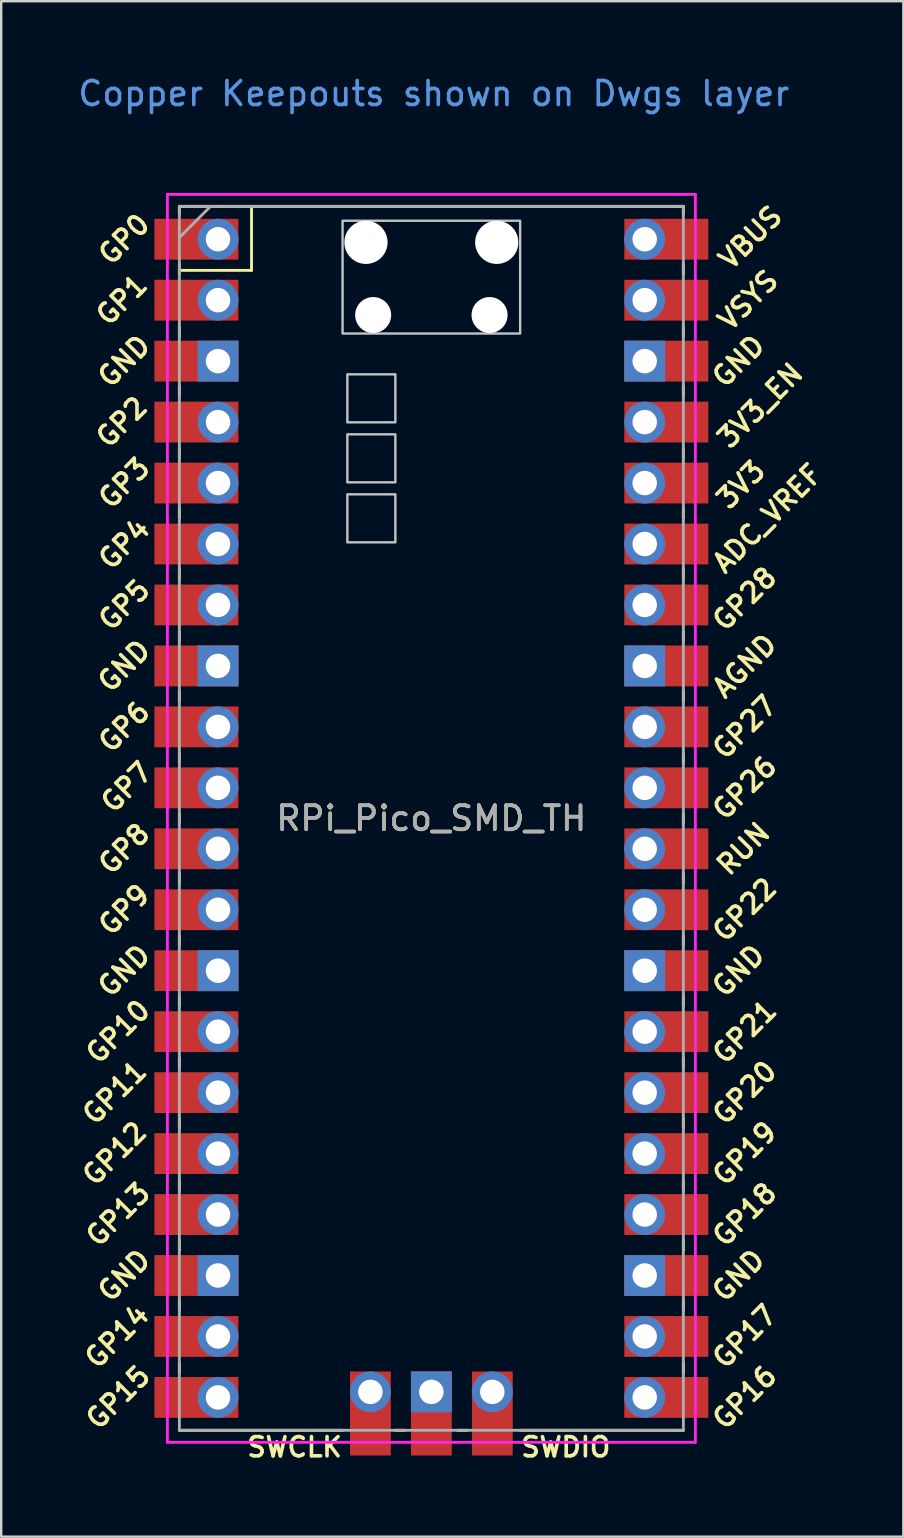
<source format=kicad_pcb>
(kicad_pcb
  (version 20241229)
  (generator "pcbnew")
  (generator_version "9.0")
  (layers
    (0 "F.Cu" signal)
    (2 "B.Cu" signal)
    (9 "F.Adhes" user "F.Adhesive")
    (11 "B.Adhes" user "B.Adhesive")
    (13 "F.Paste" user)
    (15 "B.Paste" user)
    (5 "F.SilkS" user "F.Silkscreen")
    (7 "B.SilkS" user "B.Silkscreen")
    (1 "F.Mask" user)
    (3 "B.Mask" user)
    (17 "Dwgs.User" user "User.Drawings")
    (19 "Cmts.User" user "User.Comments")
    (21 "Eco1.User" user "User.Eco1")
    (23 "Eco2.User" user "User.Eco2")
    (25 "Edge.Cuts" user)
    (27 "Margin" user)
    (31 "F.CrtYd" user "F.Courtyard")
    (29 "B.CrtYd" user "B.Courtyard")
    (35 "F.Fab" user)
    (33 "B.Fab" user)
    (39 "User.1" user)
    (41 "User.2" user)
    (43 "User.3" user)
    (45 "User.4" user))
  (footprint "RPi_Pico_SMD_TH"
    (layer "F.Cu")
    (at 14.924 31.048)
    (property "Reference" "RPi_Pico_SMD_TH" (at 0 0 0) (layer "F.SilkS") (effects (font (size 1 1) (thickness 0.15))))
    (attr through_hole)
    (fp_line (start -10.5 -25.5) (end -10.5 -25.2) (stroke (width 0.12) (type solid)) (layer "F.SilkS"))
    (fp_line (start -10.5 -25.5) (end 10.5 -25.5) (stroke (width 0.12) (type solid)) (layer "F.SilkS"))
    (fp_line (start -10.5 -23.1) (end -10.5 -22.7) (stroke (width 0.12) (type solid)) (layer "F.SilkS"))
    (fp_line (start -10.5 -22.833) (end -7.493 -22.833) (stroke (width 0.12) (type solid)) (layer "F.SilkS"))
    (fp_line (start -10.5 -20.5) (end -10.5 -20.1) (stroke (width 0.12) (type solid)) (layer "F.SilkS"))
    (fp_line (start -10.5 -18) (end -10.5 -17.6) (stroke (width 0.12) (type solid)) (layer "F.SilkS"))
    (fp_line (start -10.5 -15.4) (end -10.5 -15) (stroke (width 0.12) (type solid)) (layer "F.SilkS"))
    (fp_line (start -10.5 -12.9) (end -10.5 -12.5) (stroke (width 0.12) (type solid)) (layer "F.SilkS"))
    (fp_line (start -10.5 -10.4) (end -10.5 -10) (stroke (width 0.12) (type solid)) (layer "F.SilkS"))
    (fp_line (start -10.5 -7.8) (end -10.5 -7.4) (stroke (width 0.12) (type solid)) (layer "F.SilkS"))
    (fp_line (start -10.5 -5.3) (end -10.5 -4.9) (stroke (width 0.12) (type solid)) (layer "F.SilkS"))
    (fp_line (start -10.5 -2.7) (end -10.5 -2.3) (stroke (width 0.12) (type solid)) (layer "F.SilkS"))
    (fp_line (start -10.5 -0.2) (end -10.5 0.2) (stroke (width 0.12) (type solid)) (layer "F.SilkS"))
    (fp_line (start -10.5 2.3) (end -10.5 2.7) (stroke (width 0.12) (type solid)) (layer "F.SilkS"))
    (fp_line (start -10.5 4.9) (end -10.5 5.3) (stroke (width 0.12) (type solid)) (layer "F.SilkS"))
    (fp_line (start -10.5 7.4) (end -10.5 7.8) (stroke (width 0.12) (type solid)) (layer "F.SilkS"))
    (fp_line (start -10.5 10) (end -10.5 10.4) (stroke (width 0.12) (type solid)) (layer "F.SilkS"))
    (fp_line (start -10.5 12.5) (end -10.5 12.9) (stroke (width 0.12) (type solid)) (layer "F.SilkS"))
    (fp_line (start -10.5 15.1) (end -10.5 15.5) (stroke (width 0.12) (type solid)) (layer "F.SilkS"))
    (fp_line (start -10.5 17.6) (end -10.5 18) (stroke (width 0.12) (type solid)) (layer "F.SilkS"))
    (fp_line (start -10.5 20.1) (end -10.5 20.5) (stroke (width 0.12) (type solid)) (layer "F.SilkS"))
    (fp_line (start -10.5 22.7) (end -10.5 23.1) (stroke (width 0.12) (type solid)) (layer "F.SilkS"))
    (fp_line (start -7.493 -22.833) (end -7.493 -25.5) (stroke (width 0.12) (type solid)) (layer "F.SilkS"))
    (fp_line (start -3.7 25.5) (end -10.5 25.5) (stroke (width 0.12) (type solid)) (layer "F.SilkS"))
    (fp_line (start -1.5 25.5) (end -1.1 25.5) (stroke (width 0.12) (type solid)) (layer "F.SilkS"))
    (fp_line (start 1.1 25.5) (end 1.5 25.5) (stroke (width 0.12) (type solid)) (layer "F.SilkS"))
    (fp_line (start 10.5 -25.5) (end 10.5 -25.2) (stroke (width 0.12) (type solid)) (layer "F.SilkS"))
    (fp_line (start 10.5 -23.1) (end 10.5 -22.7) (stroke (width 0.12) (type solid)) (layer "F.SilkS"))
    (fp_line (start 10.5 -20.5) (end 10.5 -20.1) (stroke (width 0.12) (type solid)) (layer "F.SilkS"))
    (fp_line (start 10.5 -18) (end 10.5 -17.6) (stroke (width 0.12) (type solid)) (layer "F.SilkS"))
    (fp_line (start 10.5 -15.4) (end 10.5 -15) (stroke (width 0.12) (type solid)) (layer "F.SilkS"))
    (fp_line (start 10.5 -12.9) (end 10.5 -12.5) (stroke (width 0.12) (type solid)) (layer "F.SilkS"))
    (fp_line (start 10.5 -10.4) (end 10.5 -10) (stroke (width 0.12) (type solid)) (layer "F.SilkS"))
    (fp_line (start 10.5 -7.8) (end 10.5 -7.4) (stroke (width 0.12) (type solid)) (layer "F.SilkS"))
    (fp_line (start 10.5 -5.3) (end 10.5 -4.9) (stroke (width 0.12) (type solid)) (layer "F.SilkS"))
    (fp_line (start 10.5 -2.7) (end 10.5 -2.3) (stroke (width 0.12) (type solid)) (layer "F.SilkS"))
    (fp_line (start 10.5 -0.2) (end 10.5 0.2) (stroke (width 0.12) (type solid)) (layer "F.SilkS"))
    (fp_line (start 10.5 2.3) (end 10.5 2.7) (stroke (width 0.12) (type solid)) (layer "F.SilkS"))
    (fp_line (start 10.5 4.9) (end 10.5 5.3) (stroke (width 0.12) (type solid)) (layer "F.SilkS"))
    (fp_line (start 10.5 7.4) (end 10.5 7.8) (stroke (width 0.12) (type solid)) (layer "F.SilkS"))
    (fp_line (start 10.5 10) (end 10.5 10.4) (stroke (width 0.12) (type solid)) (layer "F.SilkS"))
    (fp_line (start 10.5 12.5) (end 10.5 12.9) (stroke (width 0.12) (type solid)) (layer "F.SilkS"))
    (fp_line (start 10.5 15.1) (end 10.5 15.5) (stroke (width 0.12) (type solid)) (layer "F.SilkS"))
    (fp_line (start 10.5 17.6) (end 10.5 18) (stroke (width 0.12) (type solid)) (layer "F.SilkS"))
    (fp_line (start 10.5 20.1) (end 10.5 20.5) (stroke (width 0.12) (type solid)) (layer "F.SilkS"))
    (fp_line (start 10.5 22.7) (end 10.5 23.1) (stroke (width 0.12) (type solid)) (layer "F.SilkS"))
    (fp_line (start 10.5 25.5) (end 3.7 25.5) (stroke (width 0.12) (type solid)) (layer "F.SilkS"))
    (fp_poly (pts (xy -1.5 -16.5) (xy -3.5 -16.5) (xy -3.5 -18.5) (xy -1.5 -18.5)) (stroke (width 0.1) (type solid)) (fill no) (layer "Dwgs.User"))
    (fp_poly (pts (xy -1.5 -14) (xy -3.5 -14) (xy -3.5 -16) (xy -1.5 -16)) (stroke (width 0.1) (type solid)) (fill no) (layer "Dwgs.User"))
    (fp_poly (pts (xy -1.5 -11.5) (xy -3.5 -11.5) (xy -3.5 -13.5) (xy -1.5 -13.5)) (stroke (width 0.1) (type solid)) (fill no) (layer "Dwgs.User"))
    (fp_poly (pts (xy 3.7 -20.2) (xy -3.7 -20.2) (xy -3.7 -24.9) (xy 3.7 -24.9)) (stroke (width 0.1) (type solid)) (fill no) (layer "Dwgs.User"))
    (fp_line (start -11 -26) (end 11 -26) (stroke (width 0.12) (type solid)) (layer "F.CrtYd"))
    (fp_line (start -11 26) (end -11 -26) (stroke (width 0.12) (type solid)) (layer "F.CrtYd"))
    (fp_line (start 11 -26) (end 11 26) (stroke (width 0.12) (type solid)) (layer "F.CrtYd"))
    (fp_line (start 11 26) (end -11 26) (stroke (width 0.12) (type solid)) (layer "F.CrtYd"))
    (fp_line (start -10.5 -25.5) (end 10.5 -25.5) (stroke (width 0.12) (type solid)) (layer "F.Fab"))
    (fp_line (start -10.5 -24.2) (end -9.2 -25.5) (stroke (width 0.12) (type solid)) (layer "F.Fab"))
    (fp_line (start -10.5 25.5) (end -10.5 -25.5) (stroke (width 0.12) (type solid)) (layer "F.Fab"))
    (fp_line (start 10.5 -25.5) (end 10.5 25.5) (stroke (width 0.12) (type solid)) (layer "F.Fab"))
    (fp_line (start 10.5 25.5) (end -10.5 25.5) (stroke (width 0.12) (type solid)) (layer "F.Fab"))
    (fp_text user "GP26" (at 13.054 -1.27 45) (layer "F.SilkS") (effects (font (size 0.8 0.8) (thickness 0.15))))
    (fp_text user "GP15" (at -13.054 24.13 45) (layer "F.SilkS") (effects (font (size 0.8 0.8) (thickness 0.15))))
    (fp_text user "GND" (at -12.8 6.35 45) (layer "F.SilkS") (effects (font (size 0.8 0.8) (thickness 0.15))))
    (fp_text user "GP0" (at -12.8 -24.13 45) (layer "F.SilkS") (effects (font (size 0.8 0.8) (thickness 0.15))))
    (fp_text user "GP14" (at -13.1 21.59 45) (layer "F.SilkS") (effects (font (size 0.8 0.8) (thickness 0.15))))
    (fp_text user "GP12" (at -13.2 13.97 45) (layer "F.SilkS") (effects (font (size 0.8 0.8) (thickness 0.15))))
    (fp_text user "GP10" (at -13.054 8.89 45) (layer "F.SilkS") (effects (font (size 0.8 0.8) (thickness 0.15))))
    (fp_text user "GP11" (at -13.2 11.43 45) (layer "F.SilkS") (effects (font (size 0.8 0.8) (thickness 0.15))))
    (fp_text user "AGND" (at 13.054 -6.35 45) (layer "F.SilkS") (effects (font (size 0.8 0.8) (thickness 0.15))))
    (fp_text user "3V3" (at 12.9 -13.9 45) (layer "F.SilkS") (effects (font (size 0.8 0.8) (thickness 0.15))))
    (fp_text user "GP8" (at -12.8 1.27 45) (layer "F.SilkS") (effects (font (size 0.8 0.8) (thickness 0.15))))
    (fp_text user "GP6" (at -12.8 -3.81 45) (layer "F.SilkS") (effects (font (size 0.8 0.8) (thickness 0.15))))
    (fp_text user "GP9" (at -12.8 3.81 45) (layer "F.SilkS") (effects (font (size 0.8 0.8) (thickness 0.15))))
    (fp_text user "GP4" (at -12.8 -11.43 45) (layer "F.SilkS") (effects (font (size 0.8 0.8) (thickness 0.15))))
    (fp_text user "ADC_VREF" (at 14 -12.5 45) (layer "F.SilkS") (effects (font (size 0.8 0.8) (thickness 0.15))))
    (fp_text user "GP16" (at 13.054 24.13 45) (layer "F.SilkS") (effects (font (size 0.8 0.8) (thickness 0.15))))
    (fp_text user "GND" (at 12.8 -19.05 45) (layer "F.SilkS") (effects (font (size 0.8 0.8) (thickness 0.15))))
    (fp_text user "SWCLK" (at -5.7 26.2 0) (layer "F.SilkS") (effects (font (size 0.8 0.8) (thickness 0.15))))
    (fp_text user "GND" (at -12.8 -19.05 45) (layer "F.SilkS") (effects (font (size 0.8 0.8) (thickness 0.15))))
    (fp_text user "GP3" (at -12.8 -13.97 45) (layer "F.SilkS") (effects (font (size 0.8 0.8) (thickness 0.15))))
    (fp_text user "GP28" (at 13.054 -9.144 45) (layer "F.SilkS") (effects (font (size 0.8 0.8) (thickness 0.15))))
    (fp_text user "3V3_EN" (at 13.7 -17.2 45) (layer "F.SilkS") (effects (font (size 0.8 0.8) (thickness 0.15))))
    (fp_text user "GND" (at 12.8 19.05 45) (layer "F.SilkS") (effects (font (size 0.8 0.8) (thickness 0.15))))
    (fp_text user "GND" (at 12.8 6.35 45) (layer "F.SilkS") (effects (font (size 0.8 0.8) (thickness 0.15))))
    (fp_text user "RUN" (at 13 1.27 45) (layer "F.SilkS") (effects (font (size 0.8 0.8) (thickness 0.15))))
    (fp_text user "GND" (at -12.8 19.05 45) (layer "F.SilkS") (effects (font (size 0.8 0.8) (thickness 0.15))))
    (fp_text user "GP2" (at -12.9 -16.51 45) (layer "F.SilkS") (effects (font (size 0.8 0.8) (thickness 0.15))))
    (fp_text user "GP17" (at 13.054 21.59 45) (layer "F.SilkS") (effects (font (size 0.8 0.8) (thickness 0.15))))
    (fp_text user "GP18" (at 13.054 16.51 45) (layer "F.SilkS") (effects (font (size 0.8 0.8) (thickness 0.15))))
    (fp_text user "GP27" (at 13.054 -3.8 45) (layer "F.SilkS") (effects (font (size 0.8 0.8) (thickness 0.15))))
    (fp_text user "GP1" (at -12.9 -21.6 45) (layer "F.SilkS") (effects (font (size 0.8 0.8) (thickness 0.15))))
    (fp_text user "VBUS" (at 13.3 -24.2 45) (layer "F.SilkS") (effects (font (size 0.8 0.8) (thickness 0.15))))
    (fp_text user "GP21" (at 13.054 8.9 45) (layer "F.SilkS") (effects (font (size 0.8 0.8) (thickness 0.15))))
    (fp_text user "SWDIO" (at 5.6 26.2 0) (layer "F.SilkS") (effects (font (size 0.8 0.8) (thickness 0.15))))
    (fp_text user "GP5" (at -12.8 -8.89 45) (layer "F.SilkS") (effects (font (size 0.8 0.8) (thickness 0.15))))
    (fp_text user "VSYS" (at 13.2 -21.59 45) (layer "F.SilkS") (effects (font (size 0.8 0.8) (thickness 0.15))))
    (fp_text user "GP19" (at 13.054 13.97 45) (layer "F.SilkS") (effects (font (size 0.8 0.8) (thickness 0.15))))
    (fp_text user "GP7" (at -12.7 -1.3 45) (layer "F.SilkS") (effects (font (size 0.8 0.8) (thickness 0.15))))
    (fp_text user "GP22" (at 13.054 3.81 45) (layer "F.SilkS") (effects (font (size 0.8 0.8) (thickness 0.15))))
    (fp_text user "GP20" (at 13.054 11.43 45) (layer "F.SilkS") (effects (font (size 0.8 0.8) (thickness 0.15))))
    (fp_text user "GP13" (at -13.054 16.51 45) (layer "F.SilkS") (effects (font (size 0.8 0.8) (thickness 0.15))))
    (fp_text user "GND" (at -12.8 -6.35 45) (layer "F.SilkS") (effects (font (size 0.8 0.8) (thickness 0.15))))
    (fp_text user "Copper Keepouts shown on Dwgs layer" (at 0.1 -30.2 0) (layer "Cmts.User") (effects (font (size 1 1) (thickness 0.15))))
    (fp_text user "${REFERENCE}" (at 0 0 180) (layer "F.Fab") (effects (font (size 1 1) (thickness 0.15))))
    (pad "" np_thru_hole oval (at -2.725 -24) (size 1.8 1.8) (drill 1.8) (layers "*.Cu" "*.Mask"))
    (pad "" np_thru_hole oval (at -2.425 -20.97) (size 1.5 1.5) (drill 1.5) (layers "*.Cu" "*.Mask"))
    (pad "" np_thru_hole oval (at 2.425 -20.97) (size 1.5 1.5) (drill 1.5) (layers "*.Cu" "*.Mask"))
    (pad "" np_thru_hole oval (at 2.725 -24) (size 1.8 1.8) (drill 1.8) (layers "*.Cu" "*.Mask"))
    (pad "1" thru_hole oval (at -8.89 -24.13) (size 1.7 1.7) (drill 1.02) (layers "*.Cu" "*.Mask"))
    (pad "1" smd rect (at -8.89 -24.13) (size 3.5 1.7) (drill (offset -0.9 0)) (layers "F.Cu" "F.Mask"))
    (pad "2" thru_hole oval (at -8.89 -21.59) (size 1.7 1.7) (drill 1.02) (layers "*.Cu" "*.Mask"))
    (pad "2" smd rect (at -8.89 -21.59) (size 3.5 1.7) (drill (offset -0.9 0)) (layers "F.Cu" "F.Mask"))
    (pad "3" thru_hole rect (at -8.89 -19.05) (size 1.7 1.7) (drill 1.02) (layers "*.Cu" "*.Mask"))
    (pad "3" smd rect (at -8.89 -19.05) (size 3.5 1.7) (drill (offset -0.9 0)) (layers "F.Cu" "F.Mask"))
    (pad "4" thru_hole oval (at -8.89 -16.51) (size 1.7 1.7) (drill 1.02) (layers "*.Cu" "*.Mask"))
    (pad "4" smd rect (at -8.89 -16.51) (size 3.5 1.7) (drill (offset -0.9 0)) (layers "F.Cu" "F.Mask"))
    (pad "5" thru_hole oval (at -8.89 -13.97) (size 1.7 1.7) (drill 1.02) (layers "*.Cu" "*.Mask"))
    (pad "5" smd rect (at -8.89 -13.97) (size 3.5 1.7) (drill (offset -0.9 0)) (layers "F.Cu" "F.Mask"))
    (pad "6" thru_hole oval (at -8.89 -11.43) (size 1.7 1.7) (drill 1.02) (layers "*.Cu" "*.Mask"))
    (pad "6" smd rect (at -8.89 -11.43) (size 3.5 1.7) (drill (offset -0.9 0)) (layers "F.Cu" "F.Mask"))
    (pad "7" thru_hole oval (at -8.89 -8.89) (size 1.7 1.7) (drill 1.02) (layers "*.Cu" "*.Mask"))
    (pad "7" smd rect (at -8.89 -8.89) (size 3.5 1.7) (drill (offset -0.9 0)) (layers "F.Cu" "F.Mask"))
    (pad "8" thru_hole rect (at -8.89 -6.35) (size 1.7 1.7) (drill 1.02) (layers "*.Cu" "*.Mask"))
    (pad "8" smd rect (at -8.89 -6.35) (size 3.5 1.7) (drill (offset -0.9 0)) (layers "F.Cu" "F.Mask"))
    (pad "9" thru_hole oval (at -8.89 -3.81) (size 1.7 1.7) (drill 1.02) (layers "*.Cu" "*.Mask"))
    (pad "9" smd rect (at -8.89 -3.81) (size 3.5 1.7) (drill (offset -0.9 0)) (layers "F.Cu" "F.Mask"))
    (pad "10" thru_hole oval (at -8.89 -1.27) (size 1.7 1.7) (drill 1.02) (layers "*.Cu" "*.Mask"))
    (pad "10" smd rect (at -8.89 -1.27) (size 3.5 1.7) (drill (offset -0.9 0)) (layers "F.Cu" "F.Mask"))
    (pad "11" thru_hole oval (at -8.89 1.27) (size 1.7 1.7) (drill 1.02) (layers "*.Cu" "*.Mask"))
    (pad "11" smd rect (at -8.89 1.27) (size 3.5 1.7) (drill (offset -0.9 0)) (layers "F.Cu" "F.Mask"))
    (pad "12" thru_hole oval (at -8.89 3.81) (size 1.7 1.7) (drill 1.02) (layers "*.Cu" "*.Mask"))
    (pad "12" smd rect (at -8.89 3.81) (size 3.5 1.7) (drill (offset -0.9 0)) (layers "F.Cu" "F.Mask"))
    (pad "13" thru_hole rect (at -8.89 6.35) (size 1.7 1.7) (drill 1.02) (layers "*.Cu" "*.Mask"))
    (pad "13" smd rect (at -8.89 6.35) (size 3.5 1.7) (drill (offset -0.9 0)) (layers "F.Cu" "F.Mask"))
    (pad "14" thru_hole oval (at -8.89 8.89) (size 1.7 1.7) (drill 1.02) (layers "*.Cu" "*.Mask"))
    (pad "14" smd rect (at -8.89 8.89) (size 3.5 1.7) (drill (offset -0.9 0)) (layers "F.Cu" "F.Mask"))
    (pad "15" thru_hole oval (at -8.89 11.43) (size 1.7 1.7) (drill 1.02) (layers "*.Cu" "*.Mask"))
    (pad "15" smd rect (at -8.89 11.43) (size 3.5 1.7) (drill (offset -0.9 0)) (layers "F.Cu" "F.Mask"))
    (pad "16" thru_hole oval (at -8.89 13.97) (size 1.7 1.7) (drill 1.02) (layers "*.Cu" "*.Mask"))
    (pad "16" smd rect (at -8.89 13.97) (size 3.5 1.7) (drill (offset -0.9 0)) (layers "F.Cu" "F.Mask"))
    (pad "17" thru_hole oval (at -8.89 16.51) (size 1.7 1.7) (drill 1.02) (layers "*.Cu" "*.Mask"))
    (pad "17" smd rect (at -8.89 16.51) (size 3.5 1.7) (drill (offset -0.9 0)) (layers "F.Cu" "F.Mask"))
    (pad "18" thru_hole rect (at -8.89 19.05) (size 1.7 1.7) (drill 1.02) (layers "*.Cu" "*.Mask"))
    (pad "18" smd rect (at -8.89 19.05) (size 3.5 1.7) (drill (offset -0.9 0)) (layers "F.Cu" "F.Mask"))
    (pad "19" thru_hole oval (at -8.89 21.59) (size 1.7 1.7) (drill 1.02) (layers "*.Cu" "*.Mask"))
    (pad "19" smd rect (at -8.89 21.59) (size 3.5 1.7) (drill (offset -0.9 0)) (layers "F.Cu" "F.Mask"))
    (pad "20" thru_hole oval (at -8.89 24.13) (size 1.7 1.7) (drill 1.02) (layers "*.Cu" "*.Mask"))
    (pad "20" smd rect (at -8.89 24.13) (size 3.5 1.7) (drill (offset -0.9 0)) (layers "F.Cu" "F.Mask"))
    (pad "21" thru_hole oval (at 8.89 24.13) (size 1.7 1.7) (drill 1.02) (layers "*.Cu" "*.Mask"))
    (pad "21" smd rect (at 8.89 24.13) (size 3.5 1.7) (drill (offset 0.9 0)) (layers "F.Cu" "F.Mask"))
    (pad "22" thru_hole oval (at 8.89 21.59) (size 1.7 1.7) (drill 1.02) (layers "*.Cu" "*.Mask"))
    (pad "22" smd rect (at 8.89 21.59) (size 3.5 1.7) (drill (offset 0.9 0)) (layers "F.Cu" "F.Mask"))
    (pad "23" thru_hole rect (at 8.89 19.05) (size 1.7 1.7) (drill 1.02) (layers "*.Cu" "*.Mask"))
    (pad "23" smd rect (at 8.89 19.05) (size 3.5 1.7) (drill (offset 0.9 0)) (layers "F.Cu" "F.Mask"))
    (pad "24" thru_hole oval (at 8.89 16.51) (size 1.7 1.7) (drill 1.02) (layers "*.Cu" "*.Mask"))
    (pad "24" smd rect (at 8.89 16.51) (size 3.5 1.7) (drill (offset 0.9 0)) (layers "F.Cu" "F.Mask"))
    (pad "25" thru_hole oval (at 8.89 13.97) (size 1.7 1.7) (drill 1.02) (layers "*.Cu" "*.Mask"))
    (pad "25" smd rect (at 8.89 13.97) (size 3.5 1.7) (drill (offset 0.9 0)) (layers "F.Cu" "F.Mask"))
    (pad "26" thru_hole oval (at 8.89 11.43) (size 1.7 1.7) (drill 1.02) (layers "*.Cu" "*.Mask"))
    (pad "26" smd rect (at 8.89 11.43) (size 3.5 1.7) (drill (offset 0.9 0)) (layers "F.Cu" "F.Mask"))
    (pad "27" thru_hole oval (at 8.89 8.89) (size 1.7 1.7) (drill 1.02) (layers "*.Cu" "*.Mask"))
    (pad "27" smd rect (at 8.89 8.89) (size 3.5 1.7) (drill (offset 0.9 0)) (layers "F.Cu" "F.Mask"))
    (pad "28" thru_hole rect (at 8.89 6.35) (size 1.7 1.7) (drill 1.02) (layers "*.Cu" "*.Mask"))
    (pad "28" smd rect (at 8.89 6.35) (size 3.5 1.7) (drill (offset 0.9 0)) (layers "F.Cu" "F.Mask"))
    (pad "29" thru_hole oval (at 8.89 3.81) (size 1.7 1.7) (drill 1.02) (layers "*.Cu" "*.Mask"))
    (pad "29" smd rect (at 8.89 3.81) (size 3.5 1.7) (drill (offset 0.9 0)) (layers "F.Cu" "F.Mask"))
    (pad "30" thru_hole oval (at 8.89 1.27) (size 1.7 1.7) (drill 1.02) (layers "*.Cu" "*.Mask"))
    (pad "30" smd rect (at 8.89 1.27) (size 3.5 1.7) (drill (offset 0.9 0)) (layers "F.Cu" "F.Mask"))
    (pad "31" thru_hole oval (at 8.89 -1.27) (size 1.7 1.7) (drill 1.02) (layers "*.Cu" "*.Mask"))
    (pad "31" smd rect (at 8.89 -1.27) (size 3.5 1.7) (drill (offset 0.9 0)) (layers "F.Cu" "F.Mask"))
    (pad "32" thru_hole oval (at 8.89 -3.81) (size 1.7 1.7) (drill 1.02) (layers "*.Cu" "*.Mask"))
    (pad "32" smd rect (at 8.89 -3.81) (size 3.5 1.7) (drill (offset 0.9 0)) (layers "F.Cu" "F.Mask"))
    (pad "33" thru_hole rect (at 8.89 -6.35) (size 1.7 1.7) (drill 1.02) (layers "*.Cu" "*.Mask"))
    (pad "33" smd rect (at 8.89 -6.35) (size 3.5 1.7) (drill (offset 0.9 0)) (layers "F.Cu" "F.Mask"))
    (pad "34" thru_hole oval (at 8.89 -8.89) (size 1.7 1.7) (drill 1.02) (layers "*.Cu" "*.Mask"))
    (pad "34" smd rect (at 8.89 -8.89) (size 3.5 1.7) (drill (offset 0.9 0)) (layers "F.Cu" "F.Mask"))
    (pad "35" thru_hole oval (at 8.89 -11.43) (size 1.7 1.7) (drill 1.02) (layers "*.Cu" "*.Mask"))
    (pad "35" smd rect (at 8.89 -11.43) (size 3.5 1.7) (drill (offset 0.9 0)) (layers "F.Cu" "F.Mask"))
    (pad "36" thru_hole oval (at 8.89 -13.97) (size 1.7 1.7) (drill 1.02) (layers "*.Cu" "*.Mask"))
    (pad "36" smd rect (at 8.89 -13.97) (size 3.5 1.7) (drill (offset 0.9 0)) (layers "F.Cu" "F.Mask"))
    (pad "37" thru_hole oval (at 8.89 -16.51) (size 1.7 1.7) (drill 1.02) (layers "*.Cu" "*.Mask"))
    (pad "37" smd rect (at 8.89 -16.51) (size 3.5 1.7) (drill (offset 0.9 0)) (layers "F.Cu" "F.Mask"))
    (pad "38" thru_hole rect (at 8.89 -19.05) (size 1.7 1.7) (drill 1.02) (layers "*.Cu" "*.Mask"))
    (pad "38" smd rect (at 8.89 -19.05) (size 3.5 1.7) (drill (offset 0.9 0)) (layers "F.Cu" "F.Mask"))
    (pad "39" thru_hole oval (at 8.89 -21.59) (size 1.7 1.7) (drill 1.02) (layers "*.Cu" "*.Mask"))
    (pad "39" smd rect (at 8.89 -21.59) (size 3.5 1.7) (drill (offset 0.9 0)) (layers "F.Cu" "F.Mask"))
    (pad "40" thru_hole oval (at 8.89 -24.13) (size 1.7 1.7) (drill 1.02) (layers "*.Cu" "*.Mask"))
    (pad "40" smd rect (at 8.89 -24.13) (size 3.5 1.7) (drill (offset 0.9 0)) (layers "F.Cu" "F.Mask"))
    (pad "41" thru_hole oval (at -2.54 23.9) (size 1.7 1.7) (drill 1.02) (layers "*.Cu" "*.Mask"))
    (pad "41" smd rect (at -2.54 23.9 90) (size 3.5 1.7) (drill (offset -0.9 0)) (layers "F.Cu" "F.Mask"))
    (pad "42" thru_hole rect (at 0 23.9) (size 1.7 1.7) (drill 1.02) (layers "*.Cu" "*.Mask"))
    (pad "42" smd rect (at 0 23.9 90) (size 3.5 1.7) (drill (offset -0.9 0)) (layers "F.Cu" "F.Mask"))
    (pad "43" thru_hole oval (at 2.54 23.9) (size 1.7 1.7) (drill 1.02) (layers "*.Cu" "*.Mask"))
    (pad "43" smd rect (at 2.54 23.9 90) (size 3.5 1.7) (drill (offset -0.9 0)) (layers "F.Cu" "F.Mask")))
  (gr_rect
    (start -3 -3)
    (end 34.591 60.98)
    (stroke (width 0.1) (type default))
    (fill no)
    (layer "Edge.Cuts")))
</source>
